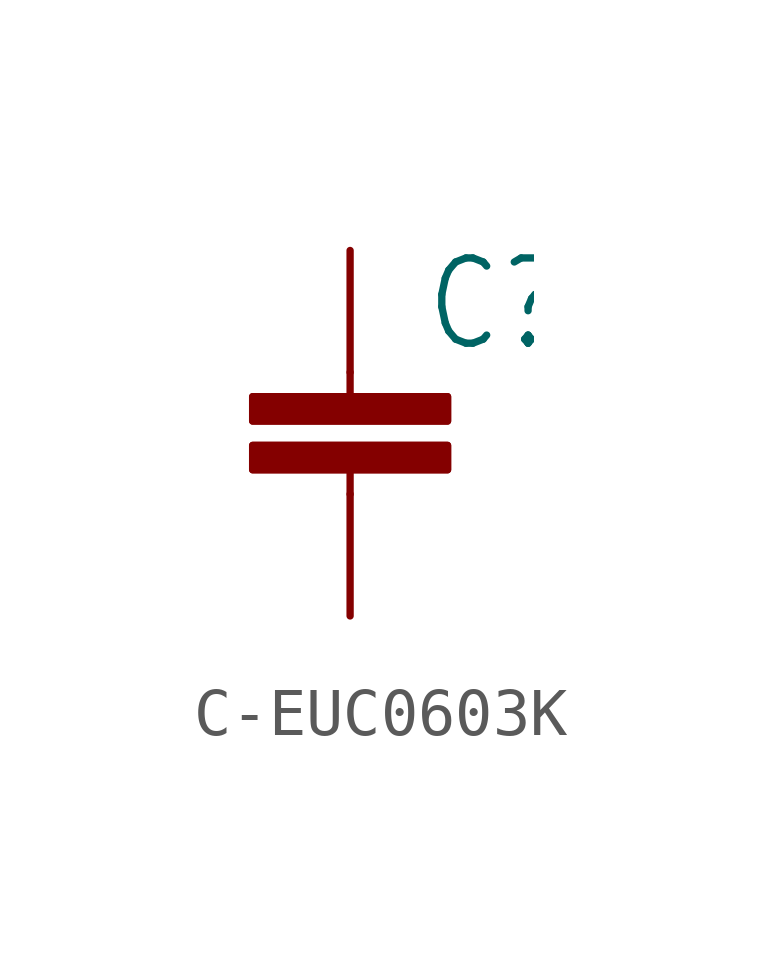
<source format=kicad_sym>
(kicad_symbol_lib
  (version 20241209)
  (generator "kicad_symbol_editor")
  (generator_version "9.0")
  (symbol "C-EUC0603K"
    (property "Reference" "C"
      (at 1.524 0.381 0)
      (effects (font (size 1.778 1.511)) (justify left bottom)))
    (property "Value" ""
      (at 1.524 -4.699 0)
      (effects (font (size 1.778 1.511)) (justify left bottom)))
    (property "ki_locked" ""
      (at 0 0 0)
      (effects (font (size 1.27 1.27))))
    (symbol "C-EUC0603K_1_0"
      (rectangle (start -2.032 -1.016) (end 2.032 -0.508) (stroke (width 0) (type default)) (fill (type outline)))
      (rectangle (start -2.032 -1.016) (end 2.032 -0.508) (stroke (width 0) (type default)) (fill (type outline)))
      (rectangle (start -2.032 -2.032) (end 2.032 -1.524) (stroke (width 0) (type default)) (fill (type outline)))
      (rectangle (start -2.032 -2.032) (end 2.032 -1.524) (stroke (width 0) (type default)) (fill (type outline)))
      (polyline (pts (xy 0 0) (xy 0 -0.508)) (stroke (width 0.152) (type solid)) (fill (type none)))
      (polyline (pts (xy 0 -2.54) (xy 0 -2.032)) (stroke (width 0.152) (type solid)) (fill (type none)))
      (pin passive line (at 0 2.54 270) (length 2.54) (name "1" (effects (font (size 0 0)))) (number "1" (effects (font (size 0 0)))))
      (pin passive line (at 0 -5.08 90) (length 2.54) (name "2" (effects (font (size 0 0)))) (number "2" (effects (font (size 0 0))))))))
</source>
